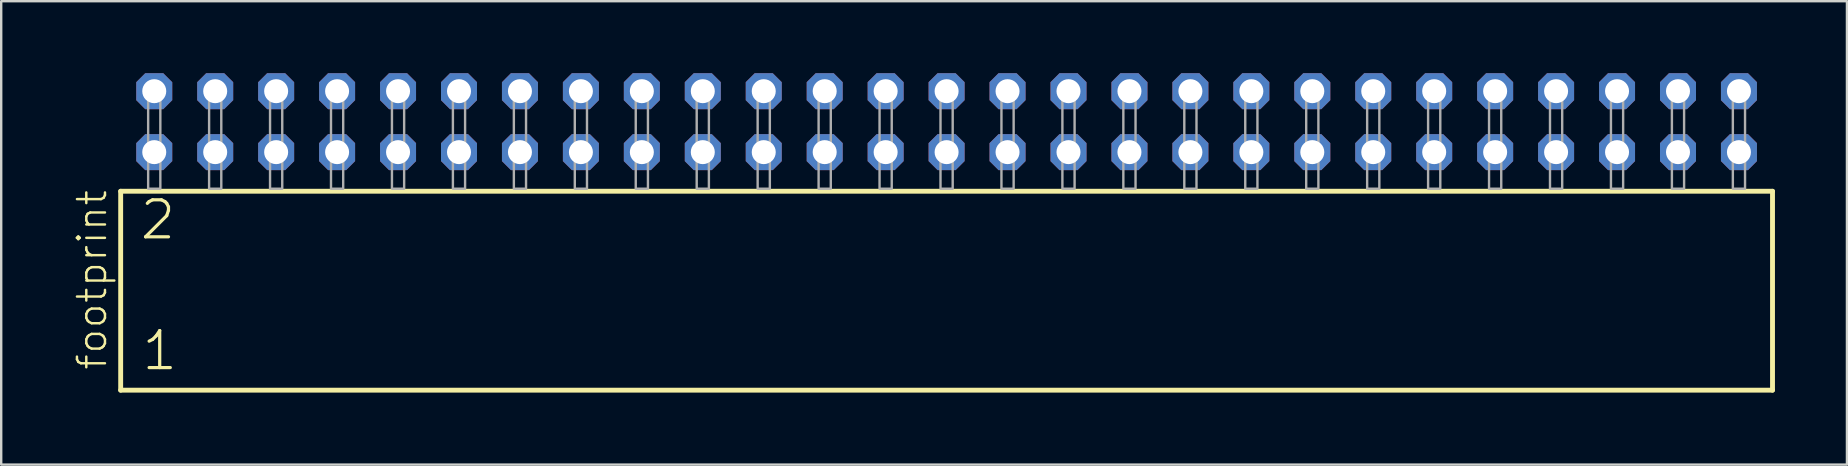
<source format=kicad_pcb>
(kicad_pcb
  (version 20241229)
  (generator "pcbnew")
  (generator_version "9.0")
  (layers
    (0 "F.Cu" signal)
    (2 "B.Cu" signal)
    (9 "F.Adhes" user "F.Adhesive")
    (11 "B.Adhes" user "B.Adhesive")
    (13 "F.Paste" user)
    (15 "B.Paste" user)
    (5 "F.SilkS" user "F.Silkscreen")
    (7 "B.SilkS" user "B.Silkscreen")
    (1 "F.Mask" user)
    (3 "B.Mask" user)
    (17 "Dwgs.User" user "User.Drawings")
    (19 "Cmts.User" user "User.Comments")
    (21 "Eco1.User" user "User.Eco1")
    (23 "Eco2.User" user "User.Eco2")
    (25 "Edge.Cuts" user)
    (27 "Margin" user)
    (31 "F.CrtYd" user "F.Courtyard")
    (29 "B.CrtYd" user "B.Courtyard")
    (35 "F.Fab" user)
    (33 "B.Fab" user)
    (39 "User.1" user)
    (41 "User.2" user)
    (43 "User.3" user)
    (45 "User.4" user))
  (footprint "footprint"
    (layer "F.Cu")
    (at 36.398 4.814)
    (property "Reference" "footprint" (at -34.925 7.62 90) (layer "F.SilkS") (effects (font (size 1.168 1.168) (thickness 0.102)) (justify left bottom)))
    (fp_line (start -34.419 0.106) (end -34.419 8.396) (stroke (width 0.203) (type solid)) (layer "F.SilkS"))
    (fp_line (start -34.419 8.396) (end 34.419 8.396) (stroke (width 0.203) (type solid)) (layer "F.SilkS"))
    (fp_line (start 34.419 0.106) (end -34.419 0.106) (stroke (width 0.203) (type solid)) (layer "F.SilkS"))
    (fp_line (start 34.419 8.396) (end 34.419 0.106) (stroke (width 0.203) (type solid)) (layer "F.SilkS"))
    (fp_poly (pts (xy -33.274 0) (xy -32.766 0) (xy -32.766 -4.318) (xy -33.274 -4.318)) (stroke (width 0.1) (type solid)) (fill no) (layer "F.Fab"))
    (fp_poly (pts (xy -30.734 0) (xy -30.226 0) (xy -30.226 -4.318) (xy -30.734 -4.318)) (stroke (width 0.1) (type solid)) (fill no) (layer "F.Fab"))
    (fp_poly (pts (xy -28.194 0) (xy -27.686 0) (xy -27.686 -4.318) (xy -28.194 -4.318)) (stroke (width 0.1) (type solid)) (fill no) (layer "F.Fab"))
    (fp_poly (pts (xy -25.654 0) (xy -25.146 0) (xy -25.146 -4.318) (xy -25.654 -4.318)) (stroke (width 0.1) (type solid)) (fill no) (layer "F.Fab"))
    (fp_poly (pts (xy -23.114 0) (xy -22.606 0) (xy -22.606 -4.318) (xy -23.114 -4.318)) (stroke (width 0.1) (type solid)) (fill no) (layer "F.Fab"))
    (fp_poly (pts (xy -20.574 0) (xy -20.066 0) (xy -20.066 -4.318) (xy -20.574 -4.318)) (stroke (width 0.1) (type solid)) (fill no) (layer "F.Fab"))
    (fp_poly (pts (xy -18.034 0) (xy -17.526 0) (xy -17.526 -4.318) (xy -18.034 -4.318)) (stroke (width 0.1) (type solid)) (fill no) (layer "F.Fab"))
    (fp_poly (pts (xy -15.494 0) (xy -14.986 0) (xy -14.986 -4.318) (xy -15.494 -4.318)) (stroke (width 0.1) (type solid)) (fill no) (layer "F.Fab"))
    (fp_poly (pts (xy -12.954 0) (xy -12.446 0) (xy -12.446 -4.318) (xy -12.954 -4.318)) (stroke (width 0.1) (type solid)) (fill no) (layer "F.Fab"))
    (fp_poly (pts (xy -10.414 0) (xy -9.906 0) (xy -9.906 -4.318) (xy -10.414 -4.318)) (stroke (width 0.1) (type solid)) (fill no) (layer "F.Fab"))
    (fp_poly (pts (xy -7.874 0) (xy -7.366 0) (xy -7.366 -4.318) (xy -7.874 -4.318)) (stroke (width 0.1) (type solid)) (fill no) (layer "F.Fab"))
    (fp_poly (pts (xy -5.334 0) (xy -4.826 0) (xy -4.826 -4.318) (xy -5.334 -4.318)) (stroke (width 0.1) (type solid)) (fill no) (layer "F.Fab"))
    (fp_poly (pts (xy -2.794 0) (xy -2.286 0) (xy -2.286 -4.318) (xy -2.794 -4.318)) (stroke (width 0.1) (type solid)) (fill no) (layer "F.Fab"))
    (fp_poly (pts (xy -0.254 0) (xy 0.254 0) (xy 0.254 -4.318) (xy -0.254 -4.318)) (stroke (width 0.1) (type solid)) (fill no) (layer "F.Fab"))
    (fp_poly (pts (xy 2.286 0) (xy 2.794 0) (xy 2.794 -4.318) (xy 2.286 -4.318)) (stroke (width 0.1) (type solid)) (fill no) (layer "F.Fab"))
    (fp_poly (pts (xy 4.826 0) (xy 5.334 0) (xy 5.334 -4.318) (xy 4.826 -4.318)) (stroke (width 0.1) (type solid)) (fill no) (layer "F.Fab"))
    (fp_poly (pts (xy 7.366 0) (xy 7.874 0) (xy 7.874 -4.318) (xy 7.366 -4.318)) (stroke (width 0.1) (type solid)) (fill no) (layer "F.Fab"))
    (fp_poly (pts (xy 9.906 0) (xy 10.414 0) (xy 10.414 -4.318) (xy 9.906 -4.318)) (stroke (width 0.1) (type solid)) (fill no) (layer "F.Fab"))
    (fp_poly (pts (xy 12.446 0) (xy 12.954 0) (xy 12.954 -4.318) (xy 12.446 -4.318)) (stroke (width 0.1) (type solid)) (fill no) (layer "F.Fab"))
    (fp_poly (pts (xy 14.986 0) (xy 15.494 0) (xy 15.494 -4.318) (xy 14.986 -4.318)) (stroke (width 0.1) (type solid)) (fill no) (layer "F.Fab"))
    (fp_poly (pts (xy 17.526 0) (xy 18.034 0) (xy 18.034 -4.318) (xy 17.526 -4.318)) (stroke (width 0.1) (type solid)) (fill no) (layer "F.Fab"))
    (fp_poly (pts (xy 20.066 0) (xy 20.574 0) (xy 20.574 -4.318) (xy 20.066 -4.318)) (stroke (width 0.1) (type solid)) (fill no) (layer "F.Fab"))
    (fp_poly (pts (xy 22.606 0) (xy 23.114 0) (xy 23.114 -4.318) (xy 22.606 -4.318)) (stroke (width 0.1) (type solid)) (fill no) (layer "F.Fab"))
    (fp_poly (pts (xy 25.146 0) (xy 25.654 0) (xy 25.654 -4.318) (xy 25.146 -4.318)) (stroke (width 0.1) (type solid)) (fill no) (layer "F.Fab"))
    (fp_poly (pts (xy 27.686 0) (xy 28.194 0) (xy 28.194 -4.318) (xy 27.686 -4.318)) (stroke (width 0.1) (type solid)) (fill no) (layer "F.Fab"))
    (fp_poly (pts (xy 30.226 0) (xy 30.734 0) (xy 30.734 -4.318) (xy 30.226 -4.318)) (stroke (width 0.1) (type solid)) (fill no) (layer "F.Fab"))
    (fp_poly (pts (xy 32.766 0) (xy 33.274 0) (xy 33.274 -4.318) (xy 32.766 -4.318)) (stroke (width 0.1) (type solid)) (fill no) (layer "F.Fab"))
    (fp_text user "1" (at -33.615 7.65 0) (layer "F.SilkS") (effects (font (size 1.542 1.542) (thickness 0.134)) (justify left bottom)))
    (fp_text user "2" (at -33.69 2.2 0) (layer "F.SilkS") (effects (font (size 1.542 1.542) (thickness 0.134)) (justify left bottom)))
    (pad "1" thru_hole roundrect (at -33.02 -1.524) (size 1.5 1.5) (drill 1) (layers "*.Cu" "*.Mask") (roundrect_rratio 0.25) (chamfer_ratio 0.25) (chamfer top_left top_right bottom_left bottom_right))
    (pad "2" thru_hole roundrect (at -33.02 -4.064) (size 1.5 1.5) (drill 1) (layers "*.Cu" "*.Mask") (roundrect_rratio 0.25) (chamfer_ratio 0.25) (chamfer top_left top_right bottom_left bottom_right))
    (pad "3" thru_hole roundrect (at -30.48 -1.524) (size 1.5 1.5) (drill 1) (layers "*.Cu" "*.Mask") (roundrect_rratio 0.25) (chamfer_ratio 0.25) (chamfer top_left top_right bottom_left bottom_right))
    (pad "4" thru_hole roundrect (at -30.48 -4.064) (size 1.5 1.5) (drill 1) (layers "*.Cu" "*.Mask") (roundrect_rratio 0.25) (chamfer_ratio 0.25) (chamfer top_left top_right bottom_left bottom_right))
    (pad "5" thru_hole roundrect (at -27.94 -1.524) (size 1.5 1.5) (drill 1) (layers "*.Cu" "*.Mask") (roundrect_rratio 0.25) (chamfer_ratio 0.25) (chamfer top_left top_right bottom_left bottom_right))
    (pad "6" thru_hole roundrect (at -27.94 -4.064) (size 1.5 1.5) (drill 1) (layers "*.Cu" "*.Mask") (roundrect_rratio 0.25) (chamfer_ratio 0.25) (chamfer top_left top_right bottom_left bottom_right))
    (pad "7" thru_hole roundrect (at -25.4 -1.524) (size 1.5 1.5) (drill 1) (layers "*.Cu" "*.Mask") (roundrect_rratio 0.25) (chamfer_ratio 0.25) (chamfer top_left top_right bottom_left bottom_right))
    (pad "8" thru_hole roundrect (at -25.4 -4.064) (size 1.5 1.5) (drill 1) (layers "*.Cu" "*.Mask") (roundrect_rratio 0.25) (chamfer_ratio 0.25) (chamfer top_left top_right bottom_left bottom_right))
    (pad "9" thru_hole roundrect (at -22.86 -1.524) (size 1.5 1.5) (drill 1) (layers "*.Cu" "*.Mask") (roundrect_rratio 0.25) (chamfer_ratio 0.25) (chamfer top_left top_right bottom_left bottom_right))
    (pad "10" thru_hole roundrect (at -22.86 -4.064) (size 1.5 1.5) (drill 1) (layers "*.Cu" "*.Mask") (roundrect_rratio 0.25) (chamfer_ratio 0.25) (chamfer top_left top_right bottom_left bottom_right))
    (pad "11" thru_hole roundrect (at -20.32 -1.524) (size 1.5 1.5) (drill 1) (layers "*.Cu" "*.Mask") (roundrect_rratio 0.25) (chamfer_ratio 0.25) (chamfer top_left top_right bottom_left bottom_right))
    (pad "12" thru_hole roundrect (at -20.32 -4.064) (size 1.5 1.5) (drill 1) (layers "*.Cu" "*.Mask") (roundrect_rratio 0.25) (chamfer_ratio 0.25) (chamfer top_left top_right bottom_left bottom_right))
    (pad "13" thru_hole roundrect (at -17.78 -1.524) (size 1.5 1.5) (drill 1) (layers "*.Cu" "*.Mask") (roundrect_rratio 0.25) (chamfer_ratio 0.25) (chamfer top_left top_right bottom_left bottom_right))
    (pad "14" thru_hole roundrect (at -17.78 -4.064) (size 1.5 1.5) (drill 1) (layers "*.Cu" "*.Mask") (roundrect_rratio 0.25) (chamfer_ratio 0.25) (chamfer top_left top_right bottom_left bottom_right))
    (pad "15" thru_hole roundrect (at -15.24 -1.524) (size 1.5 1.5) (drill 1) (layers "*.Cu" "*.Mask") (roundrect_rratio 0.25) (chamfer_ratio 0.25) (chamfer top_left top_right bottom_left bottom_right))
    (pad "16" thru_hole roundrect (at -15.24 -4.064) (size 1.5 1.5) (drill 1) (layers "*.Cu" "*.Mask") (roundrect_rratio 0.25) (chamfer_ratio 0.25) (chamfer top_left top_right bottom_left bottom_right))
    (pad "17" thru_hole roundrect (at -12.7 -1.524) (size 1.5 1.5) (drill 1) (layers "*.Cu" "*.Mask") (roundrect_rratio 0.25) (chamfer_ratio 0.25) (chamfer top_left top_right bottom_left bottom_right))
    (pad "18" thru_hole roundrect (at -12.7 -4.064) (size 1.5 1.5) (drill 1) (layers "*.Cu" "*.Mask") (roundrect_rratio 0.25) (chamfer_ratio 0.25) (chamfer top_left top_right bottom_left bottom_right))
    (pad "19" thru_hole roundrect (at -10.16 -1.524) (size 1.5 1.5) (drill 1) (layers "*.Cu" "*.Mask") (roundrect_rratio 0.25) (chamfer_ratio 0.25) (chamfer top_left top_right bottom_left bottom_right))
    (pad "20" thru_hole roundrect (at -10.16 -4.064) (size 1.5 1.5) (drill 1) (layers "*.Cu" "*.Mask") (roundrect_rratio 0.25) (chamfer_ratio 0.25) (chamfer top_left top_right bottom_left bottom_right))
    (pad "21" thru_hole roundrect (at -7.62 -1.524) (size 1.5 1.5) (drill 1) (layers "*.Cu" "*.Mask") (roundrect_rratio 0.25) (chamfer_ratio 0.25) (chamfer top_left top_right bottom_left bottom_right))
    (pad "22" thru_hole roundrect (at -7.62 -4.064) (size 1.5 1.5) (drill 1) (layers "*.Cu" "*.Mask") (roundrect_rratio 0.25) (chamfer_ratio 0.25) (chamfer top_left top_right bottom_left bottom_right))
    (pad "23" thru_hole roundrect (at -5.08 -1.524) (size 1.5 1.5) (drill 1) (layers "*.Cu" "*.Mask") (roundrect_rratio 0.25) (chamfer_ratio 0.25) (chamfer top_left top_right bottom_left bottom_right))
    (pad "24" thru_hole roundrect (at -5.08 -4.064) (size 1.5 1.5) (drill 1) (layers "*.Cu" "*.Mask") (roundrect_rratio 0.25) (chamfer_ratio 0.25) (chamfer top_left top_right bottom_left bottom_right))
    (pad "25" thru_hole roundrect (at -2.54 -1.524) (size 1.5 1.5) (drill 1) (layers "*.Cu" "*.Mask") (roundrect_rratio 0.25) (chamfer_ratio 0.25) (chamfer top_left top_right bottom_left bottom_right))
    (pad "26" thru_hole roundrect (at -2.54 -4.064) (size 1.5 1.5) (drill 1) (layers "*.Cu" "*.Mask") (roundrect_rratio 0.25) (chamfer_ratio 0.25) (chamfer top_left top_right bottom_left bottom_right))
    (pad "27" thru_hole roundrect (at 0 -1.524) (size 1.5 1.5) (drill 1) (layers "*.Cu" "*.Mask") (roundrect_rratio 0.25) (chamfer_ratio 0.25) (chamfer top_left top_right bottom_left bottom_right))
    (pad "28" thru_hole roundrect (at 0 -4.064) (size 1.5 1.5) (drill 1) (layers "*.Cu" "*.Mask") (roundrect_rratio 0.25) (chamfer_ratio 0.25) (chamfer top_left top_right bottom_left bottom_right))
    (pad "29" thru_hole roundrect (at 2.54 -1.524) (size 1.5 1.5) (drill 1) (layers "*.Cu" "*.Mask") (roundrect_rratio 0.25) (chamfer_ratio 0.25) (chamfer top_left top_right bottom_left bottom_right))
    (pad "30" thru_hole roundrect (at 2.54 -4.064) (size 1.5 1.5) (drill 1) (layers "*.Cu" "*.Mask") (roundrect_rratio 0.25) (chamfer_ratio 0.25) (chamfer top_left top_right bottom_left bottom_right))
    (pad "31" thru_hole roundrect (at 5.08 -1.524) (size 1.5 1.5) (drill 1) (layers "*.Cu" "*.Mask") (roundrect_rratio 0.25) (chamfer_ratio 0.25) (chamfer top_left top_right bottom_left bottom_right))
    (pad "32" thru_hole roundrect (at 5.08 -4.064) (size 1.5 1.5) (drill 1) (layers "*.Cu" "*.Mask") (roundrect_rratio 0.25) (chamfer_ratio 0.25) (chamfer top_left top_right bottom_left bottom_right))
    (pad "33" thru_hole roundrect (at 7.62 -1.524) (size 1.5 1.5) (drill 1) (layers "*.Cu" "*.Mask") (roundrect_rratio 0.25) (chamfer_ratio 0.25) (chamfer top_left top_right bottom_left bottom_right))
    (pad "34" thru_hole roundrect (at 7.62 -4.064) (size 1.5 1.5) (drill 1) (layers "*.Cu" "*.Mask") (roundrect_rratio 0.25) (chamfer_ratio 0.25) (chamfer top_left top_right bottom_left bottom_right))
    (pad "35" thru_hole roundrect (at 10.16 -1.524) (size 1.5 1.5) (drill 1) (layers "*.Cu" "*.Mask") (roundrect_rratio 0.25) (chamfer_ratio 0.25) (chamfer top_left top_right bottom_left bottom_right))
    (pad "36" thru_hole roundrect (at 10.16 -4.064) (size 1.5 1.5) (drill 1) (layers "*.Cu" "*.Mask") (roundrect_rratio 0.25) (chamfer_ratio 0.25) (chamfer top_left top_right bottom_left bottom_right))
    (pad "37" thru_hole roundrect (at 12.7 -1.524) (size 1.5 1.5) (drill 1) (layers "*.Cu" "*.Mask") (roundrect_rratio 0.25) (chamfer_ratio 0.25) (chamfer top_left top_right bottom_left bottom_right))
    (pad "38" thru_hole roundrect (at 12.7 -4.064) (size 1.5 1.5) (drill 1) (layers "*.Cu" "*.Mask") (roundrect_rratio 0.25) (chamfer_ratio 0.25) (chamfer top_left top_right bottom_left bottom_right))
    (pad "39" thru_hole roundrect (at 15.24 -1.524) (size 1.5 1.5) (drill 1) (layers "*.Cu" "*.Mask") (roundrect_rratio 0.25) (chamfer_ratio 0.25) (chamfer top_left top_right bottom_left bottom_right))
    (pad "40" thru_hole roundrect (at 15.24 -4.064) (size 1.5 1.5) (drill 1) (layers "*.Cu" "*.Mask") (roundrect_rratio 0.25) (chamfer_ratio 0.25) (chamfer top_left top_right bottom_left bottom_right))
    (pad "41" thru_hole roundrect (at 17.78 -1.524) (size 1.5 1.5) (drill 1) (layers "*.Cu" "*.Mask") (roundrect_rratio 0.25) (chamfer_ratio 0.25) (chamfer top_left top_right bottom_left bottom_right))
    (pad "42" thru_hole roundrect (at 17.78 -4.064) (size 1.5 1.5) (drill 1) (layers "*.Cu" "*.Mask") (roundrect_rratio 0.25) (chamfer_ratio 0.25) (chamfer top_left top_right bottom_left bottom_right))
    (pad "43" thru_hole roundrect (at 20.32 -1.524) (size 1.5 1.5) (drill 1) (layers "*.Cu" "*.Mask") (roundrect_rratio 0.25) (chamfer_ratio 0.25) (chamfer top_left top_right bottom_left bottom_right))
    (pad "44" thru_hole roundrect (at 20.32 -4.064) (size 1.5 1.5) (drill 1) (layers "*.Cu" "*.Mask") (roundrect_rratio 0.25) (chamfer_ratio 0.25) (chamfer top_left top_right bottom_left bottom_right))
    (pad "45" thru_hole roundrect (at 22.86 -1.524) (size 1.5 1.5) (drill 1) (layers "*.Cu" "*.Mask") (roundrect_rratio 0.25) (chamfer_ratio 0.25) (chamfer top_left top_right bottom_left bottom_right))
    (pad "46" thru_hole roundrect (at 22.86 -4.064) (size 1.5 1.5) (drill 1) (layers "*.Cu" "*.Mask") (roundrect_rratio 0.25) (chamfer_ratio 0.25) (chamfer top_left top_right bottom_left bottom_right))
    (pad "47" thru_hole roundrect (at 25.4 -1.524) (size 1.5 1.5) (drill 1) (layers "*.Cu" "*.Mask") (roundrect_rratio 0.25) (chamfer_ratio 0.25) (chamfer top_left top_right bottom_left bottom_right))
    (pad "48" thru_hole roundrect (at 25.4 -4.064) (size 1.5 1.5) (drill 1) (layers "*.Cu" "*.Mask") (roundrect_rratio 0.25) (chamfer_ratio 0.25) (chamfer top_left top_right bottom_left bottom_right))
    (pad "49" thru_hole roundrect (at 27.94 -1.524) (size 1.5 1.5) (drill 1) (layers "*.Cu" "*.Mask") (roundrect_rratio 0.25) (chamfer_ratio 0.25) (chamfer top_left top_right bottom_left bottom_right))
    (pad "50" thru_hole roundrect (at 27.94 -4.064) (size 1.5 1.5) (drill 1) (layers "*.Cu" "*.Mask") (roundrect_rratio 0.25) (chamfer_ratio 0.25) (chamfer top_left top_right bottom_left bottom_right))
    (pad "51" thru_hole roundrect (at 30.48 -1.524) (size 1.5 1.5) (drill 1) (layers "*.Cu" "*.Mask") (roundrect_rratio 0.25) (chamfer_ratio 0.25) (chamfer top_left top_right bottom_left bottom_right))
    (pad "52" thru_hole roundrect (at 30.48 -4.064) (size 1.5 1.5) (drill 1) (layers "*.Cu" "*.Mask") (roundrect_rratio 0.25) (chamfer_ratio 0.25) (chamfer top_left top_right bottom_left bottom_right))
    (pad "53" thru_hole roundrect (at 33.02 -1.524) (size 1.5 1.5) (drill 1) (layers "*.Cu" "*.Mask") (roundrect_rratio 0.25) (chamfer_ratio 0.25) (chamfer top_left top_right bottom_left bottom_right))
    (pad "54" thru_hole roundrect (at 33.02 -4.064) (size 1.5 1.5) (drill 1) (layers "*.Cu" "*.Mask") (roundrect_rratio 0.25) (chamfer_ratio 0.25) (chamfer top_left top_right bottom_left bottom_right)))
  (gr_rect
    (start -3 -3)
    (end 73.919 16.312)
    (stroke (width 0.1) (type default))
    (fill no)
    (layer "Edge.Cuts")))
</source>
